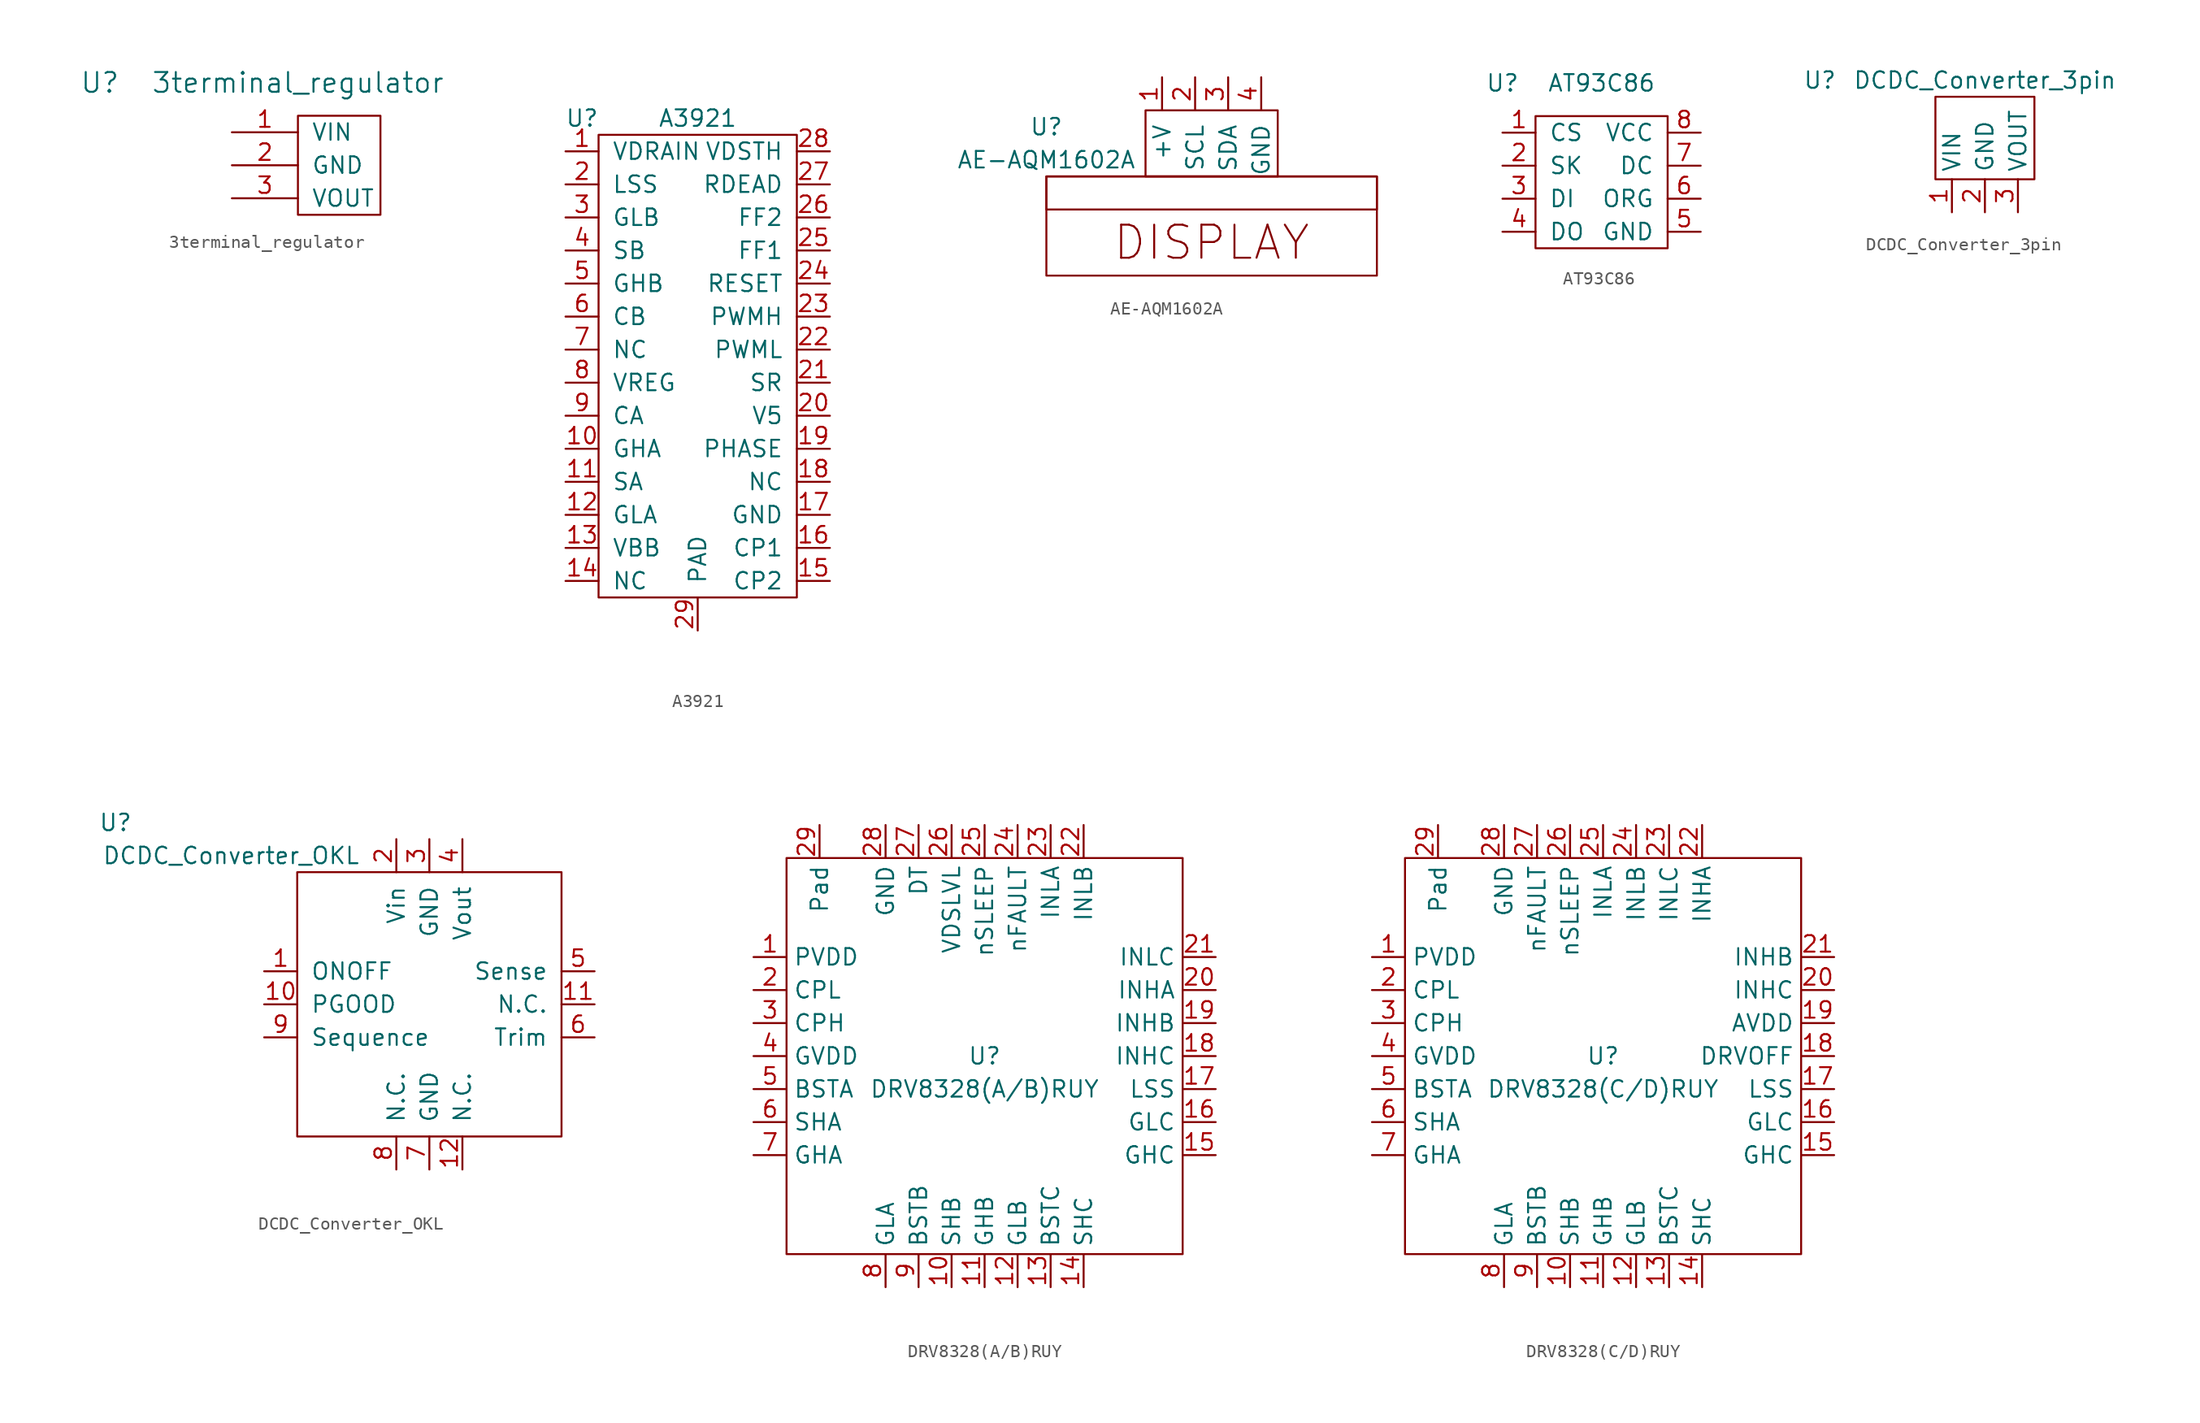
<source format=kicad_sym>
(kicad_symbol_lib
  (version 20220914)
  (generator kicad_symbol_editor)
  (symbol "3terminal_regulator"
    (pin_names
      (offset 1.016))
    (property "Reference" "U"
      (at -15.24 6.35 0)
      (effects (font (size 1.524 1.524))))
    (property "Value" "3terminal_regulator"
      (at 0 6.35 0)
      (effects (font (size 1.524 1.524))))
    (symbol "3terminal_regulator_0_1"
      (rectangle (start 0 3.81) (end 6.35 -3.81) (stroke (width 0) (type solid)) (fill (type none))))
    (symbol "3terminal_regulator_1_1"
      (pin passive line (at -5.08 2.54 0) (length 5.08) (name "VIN" (effects (font (size 1.27 1.27)))) (number "1" (effects (font (size 1.27 1.27)))))
      (pin passive line (at -5.08 0 0) (length 5.08) (name "GND" (effects (font (size 1.27 1.27)))) (number "2" (effects (font (size 1.27 1.27)))))
      (pin passive line (at -5.08 -2.54 0) (length 5.08) (name "VOUT" (effects (font (size 1.27 1.27)))) (number "3" (effects (font (size 1.27 1.27)))))))
  (symbol "A3921"
    (pin_names
      (offset 1.016))
    (property "Reference" "U"
      (at -8.89 19.05 0)
      (effects (font (size 1.27 1.27))))
    (property "Value" "A3921"
      (at 0 19.05 0)
      (effects (font (size 1.27 1.27))))
    (symbol "A3921_0_1"
      (rectangle (start -7.62 17.78) (end 7.62 -17.78) (stroke (width 0) (type solid)) (fill (type none))))
    (symbol "A3921_1_1"
      (pin passive line (at -10.16 16.51 0) (length 2.54) (name "VDRAIN" (effects (font (size 1.27 1.27)))) (number "1" (effects (font (size 1.27 1.27)))))
      (pin passive line (at -10.16 -6.35 0) (length 2.54) (name "GHA" (effects (font (size 1.27 1.27)))) (number "10" (effects (font (size 1.27 1.27)))))
      (pin passive line (at -10.16 -8.89 0) (length 2.54) (name "SA" (effects (font (size 1.27 1.27)))) (number "11" (effects (font (size 1.27 1.27)))))
      (pin passive line (at -10.16 -11.43 0) (length 2.54) (name "GLA" (effects (font (size 1.27 1.27)))) (number "12" (effects (font (size 1.27 1.27)))))
      (pin passive line (at -10.16 -13.97 0) (length 2.54) (name "VBB" (effects (font (size 1.27 1.27)))) (number "13" (effects (font (size 1.27 1.27)))))
      (pin passive line (at -10.16 -16.51 0) (length 2.54) (name "NC" (effects (font (size 1.27 1.27)))) (number "14" (effects (font (size 1.27 1.27)))))
      (pin passive line (at 10.16 -16.51 180) (length 2.54) (name "CP2" (effects (font (size 1.27 1.27)))) (number "15" (effects (font (size 1.27 1.27)))))
      (pin passive line (at 10.16 -13.97 180) (length 2.54) (name "CP1" (effects (font (size 1.27 1.27)))) (number "16" (effects (font (size 1.27 1.27)))))
      (pin passive line (at 10.16 -11.43 180) (length 2.54) (name "GND" (effects (font (size 1.27 1.27)))) (number "17" (effects (font (size 1.27 1.27)))))
      (pin passive line (at 10.16 -8.89 180) (length 2.54) (name "NC" (effects (font (size 1.27 1.27)))) (number "18" (effects (font (size 1.27 1.27)))))
      (pin passive line (at 10.16 -6.35 180) (length 2.54) (name "PHASE" (effects (font (size 1.27 1.27)))) (number "19" (effects (font (size 1.27 1.27)))))
      (pin passive line (at -10.16 13.97 0) (length 2.54) (name "LSS" (effects (font (size 1.27 1.27)))) (number "2" (effects (font (size 1.27 1.27)))))
      (pin passive line (at 10.16 -3.81 180) (length 2.54) (name "V5" (effects (font (size 1.27 1.27)))) (number "20" (effects (font (size 1.27 1.27)))))
      (pin passive line (at 10.16 -1.27 180) (length 2.54) (name "SR" (effects (font (size 1.27 1.27)))) (number "21" (effects (font (size 1.27 1.27)))))
      (pin passive line (at 10.16 1.27 180) (length 2.54) (name "PWML" (effects (font (size 1.27 1.27)))) (number "22" (effects (font (size 1.27 1.27)))))
      (pin passive line (at 10.16 3.81 180) (length 2.54) (name "PWMH" (effects (font (size 1.27 1.27)))) (number "23" (effects (font (size 1.27 1.27)))))
      (pin passive line (at 10.16 6.35 180) (length 2.54) (name "RESET" (effects (font (size 1.27 1.27)))) (number "24" (effects (font (size 1.27 1.27)))))
      (pin passive line (at 10.16 8.89 180) (length 2.54) (name "FF1" (effects (font (size 1.27 1.27)))) (number "25" (effects (font (size 1.27 1.27)))))
      (pin passive line (at 10.16 11.43 180) (length 2.54) (name "FF2" (effects (font (size 1.27 1.27)))) (number "26" (effects (font (size 1.27 1.27)))))
      (pin passive line (at 10.16 13.97 180) (length 2.54) (name "RDEAD" (effects (font (size 1.27 1.27)))) (number "27" (effects (font (size 1.27 1.27)))))
      (pin passive line (at 10.16 16.51 180) (length 2.54) (name "VDSTH" (effects (font (size 1.27 1.27)))) (number "28" (effects (font (size 1.27 1.27)))))
      (pin passive line (at 0 -20.32 90) (length 2.54) (name "PAD" (effects (font (size 1.27 1.27)))) (number "29" (effects (font (size 1.27 1.27)))))
      (pin passive line (at -10.16 11.43 0) (length 2.54) (name "GLB" (effects (font (size 1.27 1.27)))) (number "3" (effects (font (size 1.27 1.27)))))
      (pin passive line (at -10.16 8.89 0) (length 2.54) (name "SB" (effects (font (size 1.27 1.27)))) (number "4" (effects (font (size 1.27 1.27)))))
      (pin passive line (at -10.16 6.35 0) (length 2.54) (name "GHB" (effects (font (size 1.27 1.27)))) (number "5" (effects (font (size 1.27 1.27)))))
      (pin passive line (at -10.16 3.81 0) (length 2.54) (name "CB" (effects (font (size 1.27 1.27)))) (number "6" (effects (font (size 1.27 1.27)))))
      (pin passive line (at -10.16 1.27 0) (length 2.54) (name "NC" (effects (font (size 1.27 1.27)))) (number "7" (effects (font (size 1.27 1.27)))))
      (pin passive line (at -10.16 -1.27 0) (length 2.54) (name "VREG" (effects (font (size 1.27 1.27)))) (number "8" (effects (font (size 1.27 1.27)))))
      (pin passive line (at -10.16 -3.81 0) (length 2.54) (name "CA" (effects (font (size 1.27 1.27)))) (number "9" (effects (font (size 1.27 1.27)))))))
  (symbol "AE-AQM1602A"
    (pin_names
      (offset 1.016))
    (property "Reference" "U"
      (at -12.7 -3.81 0)
      (effects (font (size 1.27 1.27))))
    (property "Value" "AE-AQM1602A"
      (at -12.7 -6.35 0)
      (effects (font (size 1.27 1.27))))
    (symbol "AE-AQM1602A_0_0"
      (rectangle (start -12.7 -7.62) (end 12.7 -10.16) (stroke (width 0) (type solid)) (fill (type none)))
      (text "DISPLAY" (at 0 -12.7 0) (effects (font (size 2.54 2.54)))))
    (symbol "AE-AQM1602A_0_1"
      (rectangle (start -12.7 -7.62) (end 12.7 -15.24) (stroke (width 0) (type solid)) (fill (type none)))
      (rectangle (start -5.08 -2.54) (end 5.08 -7.62) (stroke (width 0) (type solid)) (fill (type none))))
    (symbol "AE-AQM1602A_1_1"
      (pin passive line (at -3.81 0 270) (length 2.54) (name "+V" (effects (font (size 1.27 1.27)))) (number "1" (effects (font (size 1.27 1.27)))))
      (pin passive line (at -1.27 0 270) (length 2.54) (name "SCL" (effects (font (size 1.27 1.27)))) (number "2" (effects (font (size 1.27 1.27)))))
      (pin passive line (at 1.27 0 270) (length 2.54) (name "SDA" (effects (font (size 1.27 1.27)))) (number "3" (effects (font (size 1.27 1.27)))))
      (pin passive line (at 3.81 0 270) (length 2.54) (name "GND" (effects (font (size 1.27 1.27)))) (number "4" (effects (font (size 1.27 1.27)))))))
  (symbol "AT93C86"
    (pin_names
      (offset 1.016))
    (property "Reference" "U"
      (at -7.62 7.62 0)
      (effects (font (size 1.27 1.27))))
    (property "Value" "AT93C86"
      (at 0 7.62 0)
      (effects (font (size 1.27 1.27))))
    (symbol "AT93C86_0_1"
      (rectangle (start -5.08 5.08) (end 5.08 -5.08) (stroke (width 0) (type solid)) (fill (type none))))
    (symbol "AT93C86_1_1"
      (pin passive line (at -7.62 3.81 0) (length 2.54) (name "CS" (effects (font (size 1.27 1.27)))) (number "1" (effects (font (size 1.27 1.27)))))
      (pin passive line (at -7.62 1.27 0) (length 2.54) (name "SK" (effects (font (size 1.27 1.27)))) (number "2" (effects (font (size 1.27 1.27)))))
      (pin passive line (at -7.62 -1.27 0) (length 2.54) (name "DI" (effects (font (size 1.27 1.27)))) (number "3" (effects (font (size 1.27 1.27)))))
      (pin passive line (at -7.62 -3.81 0) (length 2.54) (name "DO" (effects (font (size 1.27 1.27)))) (number "4" (effects (font (size 1.27 1.27)))))
      (pin passive line (at 7.62 -3.81 180) (length 2.54) (name "GND" (effects (font (size 1.27 1.27)))) (number "5" (effects (font (size 1.27 1.27)))))
      (pin passive line (at 7.62 -1.27 180) (length 2.54) (name "ORG" (effects (font (size 1.27 1.27)))) (number "6" (effects (font (size 1.27 1.27)))))
      (pin passive line (at 7.62 1.27 180) (length 2.54) (name "DC" (effects (font (size 1.27 1.27)))) (number "7" (effects (font (size 1.27 1.27)))))
      (pin passive line (at 7.62 3.81 180) (length 2.54) (name "VCC" (effects (font (size 1.27 1.27)))) (number "8" (effects (font (size 1.27 1.27)))))))
  (symbol "DCDC_Converter_3pin"
    (property "Reference" "U"
      (at -12.7 7.62 0)
      (effects (font (size 1.27 1.27))))
    (property "Value" "DCDC_Converter_3pin"
      (at 0 7.62 0)
      (effects (font (size 1.27 1.27))))
    (symbol "DCDC_Converter_3pin_0_1"
      (rectangle (start -3.81 6.35) (end 3.81 0) (stroke (width 0) (type default)) (fill (type none))))
    (symbol "DCDC_Converter_3pin_1_1"
      (pin power_in line (at -2.54 -2.54 90) (length 2.54) (name "VIN" (effects (font (size 1.27 1.27)))) (number "1" (effects (font (size 1.27 1.27)))))
      (pin power_in line (at 0 -2.54 90) (length 2.54) (name "GND" (effects (font (size 1.27 1.27)))) (number "2" (effects (font (size 1.27 1.27)))))
      (pin power_out line (at 2.54 -2.54 90) (length 2.54) (name "VOUT" (effects (font (size 1.27 1.27)))) (number "3" (effects (font (size 1.27 1.27)))))))
  (symbol "DCDC_Converter_OKL"
    (pin_names
      (offset 1.016))
    (property "Reference" "U"
      (at -24.13 13.97 0)
      (effects (font (size 1.27 1.27))))
    (property "Value" "DCDC_Converter_OKL"
      (at -15.24 11.43 0)
      (effects (font (size 1.27 1.27))))
    (symbol "DCDC_Converter_OKL_0_1"
      (rectangle (start -10.16 10.16) (end 10.16 -10.16) (stroke (width 0) (type solid)) (fill (type none))))
    (symbol "DCDC_Converter_OKL_1_1"
      (pin passive line (at -12.7 2.54 0) (length 2.54) (name "ONOFF" (effects (font (size 1.27 1.27)))) (number "1" (effects (font (size 1.27 1.27)))))
      (pin passive line (at -12.7 0 0) (length 2.54) (name "PGOOD" (effects (font (size 1.27 1.27)))) (number "10" (effects (font (size 1.27 1.27)))))
      (pin passive line (at 12.7 0 180) (length 2.54) (name "N.C." (effects (font (size 1.27 1.27)))) (number "11" (effects (font (size 1.27 1.27)))))
      (pin passive line (at 2.54 -12.7 90) (length 2.54) (name "N.C." (effects (font (size 1.27 1.27)))) (number "12" (effects (font (size 1.27 1.27)))))
      (pin passive line (at -2.54 12.7 270) (length 2.54) (name "Vin" (effects (font (size 1.27 1.27)))) (number "2" (effects (font (size 1.27 1.27)))))
      (pin passive line (at 0 12.7 270) (length 2.54) (name "GND" (effects (font (size 1.27 1.27)))) (number "3" (effects (font (size 1.27 1.27)))))
      (pin passive line (at 2.54 12.7 270) (length 2.54) (name "Vout" (effects (font (size 1.27 1.27)))) (number "4" (effects (font (size 1.27 1.27)))))
      (pin passive line (at 12.7 2.54 180) (length 2.54) (name "Sense" (effects (font (size 1.27 1.27)))) (number "5" (effects (font (size 1.27 1.27)))))
      (pin passive line (at 12.7 -2.54 180) (length 2.54) (name "Trim" (effects (font (size 1.27 1.27)))) (number "6" (effects (font (size 1.27 1.27)))))
      (pin passive line (at 0 -12.7 90) (length 2.54) (name "GND" (effects (font (size 1.27 1.27)))) (number "7" (effects (font (size 1.27 1.27)))))
      (pin passive line (at -2.54 -12.7 90) (length 2.54) (name "N.C." (effects (font (size 1.27 1.27)))) (number "8" (effects (font (size 1.27 1.27)))))
      (pin passive line (at -12.7 -2.54 0) (length 2.54) (name "Sequence" (effects (font (size 1.27 1.27)))) (number "9" (effects (font (size 1.27 1.27)))))))
  (symbol "DRV8328(A/B)RUY"
    (property "Reference" "U"
      (at 0 0 0)
      (effects (font (size 1.27 1.27))))
    (property "Value" "DRV8328(A/B)RUY"
      (at 0 -2.54 0)
      (effects (font (size 1.27 1.27))))
    (symbol "DRV8328(A/B)RUY_0_1"
      (rectangle (start -15.24 15.24) (end 15.24 -15.24) (stroke (width 0) (type default)) (fill (type none))))
    (symbol "DRV8328(A/B)RUY_1_1"
      (pin passive line (at -17.78 7.62 0) (length 2.54) (name "PVDD" (effects (font (size 1.27 1.27)))) (number "1" (effects (font (size 1.27 1.27)))))
      (pin passive line (at -2.54 -17.78 90) (length 2.54) (name "SHB" (effects (font (size 1.27 1.27)))) (number "10" (effects (font (size 1.27 1.27)))))
      (pin passive line (at 0 -17.78 90) (length 2.54) (name "GHB" (effects (font (size 1.27 1.27)))) (number "11" (effects (font (size 1.27 1.27)))))
      (pin passive line (at 2.54 -17.78 90) (length 2.54) (name "GLB" (effects (font (size 1.27 1.27)))) (number "12" (effects (font (size 1.27 1.27)))))
      (pin passive line (at 5.08 -17.78 90) (length 2.54) (name "BSTC" (effects (font (size 1.27 1.27)))) (number "13" (effects (font (size 1.27 1.27)))))
      (pin passive line (at 7.62 -17.78 90) (length 2.54) (name "SHC" (effects (font (size 1.27 1.27)))) (number "14" (effects (font (size 1.27 1.27)))))
      (pin passive line (at 17.78 -7.62 180) (length 2.54) (name "GHC" (effects (font (size 1.27 1.27)))) (number "15" (effects (font (size 1.27 1.27)))))
      (pin passive line (at 17.78 -5.08 180) (length 2.54) (name "GLC" (effects (font (size 1.27 1.27)))) (number "16" (effects (font (size 1.27 1.27)))))
      (pin passive line (at 17.78 -2.54 180) (length 2.54) (name "LSS" (effects (font (size 1.27 1.27)))) (number "17" (effects (font (size 1.27 1.27)))))
      (pin passive line (at 17.78 0 180) (length 2.54) (name "INHC" (effects (font (size 1.27 1.27)))) (number "18" (effects (font (size 1.27 1.27)))))
      (pin passive line (at 17.78 2.54 180) (length 2.54) (name "INHB" (effects (font (size 1.27 1.27)))) (number "19" (effects (font (size 1.27 1.27)))))
      (pin passive line (at -17.78 5.08 0) (length 2.54) (name "CPL" (effects (font (size 1.27 1.27)))) (number "2" (effects (font (size 1.27 1.27)))))
      (pin passive line (at 17.78 5.08 180) (length 2.54) (name "INHA" (effects (font (size 1.27 1.27)))) (number "20" (effects (font (size 1.27 1.27)))))
      (pin passive line (at 17.78 7.62 180) (length 2.54) (name "INLC" (effects (font (size 1.27 1.27)))) (number "21" (effects (font (size 1.27 1.27)))))
      (pin passive line (at 7.62 17.78 270) (length 2.54) (name "INLB" (effects (font (size 1.27 1.27)))) (number "22" (effects (font (size 1.27 1.27)))))
      (pin passive line (at 5.08 17.78 270) (length 2.54) (name "INLA" (effects (font (size 1.27 1.27)))) (number "23" (effects (font (size 1.27 1.27)))))
      (pin passive line (at 2.54 17.78 270) (length 2.54) (name "nFAULT" (effects (font (size 1.27 1.27)))) (number "24" (effects (font (size 1.27 1.27)))))
      (pin passive line (at 0 17.78 270) (length 2.54) (name "nSLEEP" (effects (font (size 1.27 1.27)))) (number "25" (effects (font (size 1.27 1.27)))))
      (pin passive line (at -2.54 17.78 270) (length 2.54) (name "VDSLVL" (effects (font (size 1.27 1.27)))) (number "26" (effects (font (size 1.27 1.27)))))
      (pin passive line (at -5.08 17.78 270) (length 2.54) (name "DT" (effects (font (size 1.27 1.27)))) (number "27" (effects (font (size 1.27 1.27)))))
      (pin passive line (at -7.62 17.78 270) (length 2.54) (name "GND" (effects (font (size 1.27 1.27)))) (number "28" (effects (font (size 1.27 1.27)))))
      (pin passive line (at -12.7 17.78 270) (length 2.54) (name "Pad" (effects (font (size 1.27 1.27)))) (number "29" (effects (font (size 1.27 1.27)))))
      (pin passive line (at -17.78 2.54 0) (length 2.54) (name "CPH" (effects (font (size 1.27 1.27)))) (number "3" (effects (font (size 1.27 1.27)))))
      (pin passive line (at -17.78 0 0) (length 2.54) (name "GVDD" (effects (font (size 1.27 1.27)))) (number "4" (effects (font (size 1.27 1.27)))))
      (pin passive line (at -17.78 -2.54 0) (length 2.54) (name "BSTA" (effects (font (size 1.27 1.27)))) (number "5" (effects (font (size 1.27 1.27)))))
      (pin passive line (at -17.78 -5.08 0) (length 2.54) (name "SHA" (effects (font (size 1.27 1.27)))) (number "6" (effects (font (size 1.27 1.27)))))
      (pin passive line (at -17.78 -7.62 0) (length 2.54) (name "GHA" (effects (font (size 1.27 1.27)))) (number "7" (effects (font (size 1.27 1.27)))))
      (pin passive line (at -7.62 -17.78 90) (length 2.54) (name "GLA" (effects (font (size 1.27 1.27)))) (number "8" (effects (font (size 1.27 1.27)))))
      (pin passive line (at -5.08 -17.78 90) (length 2.54) (name "BSTB" (effects (font (size 1.27 1.27)))) (number "9" (effects (font (size 1.27 1.27)))))))
  (symbol "DRV8328(C/D)RUY"
    (property "Reference" "U"
      (at 0 0 0)
      (effects (font (size 1.27 1.27))))
    (property "Value" "DRV8328(C/D)RUY"
      (at 0 -2.54 0)
      (effects (font (size 1.27 1.27))))
    (symbol "DRV8328(C/D)RUY_0_1"
      (rectangle (start -15.24 15.24) (end 15.24 -15.24) (stroke (width 0) (type default)) (fill (type none))))
    (symbol "DRV8328(C/D)RUY_1_1"
      (pin passive line (at -17.78 7.62 0) (length 2.54) (name "PVDD" (effects (font (size 1.27 1.27)))) (number "1" (effects (font (size 1.27 1.27)))))
      (pin passive line (at -2.54 -17.78 90) (length 2.54) (name "SHB" (effects (font (size 1.27 1.27)))) (number "10" (effects (font (size 1.27 1.27)))))
      (pin passive line (at 0 -17.78 90) (length 2.54) (name "GHB" (effects (font (size 1.27 1.27)))) (number "11" (effects (font (size 1.27 1.27)))))
      (pin passive line (at 2.54 -17.78 90) (length 2.54) (name "GLB" (effects (font (size 1.27 1.27)))) (number "12" (effects (font (size 1.27 1.27)))))
      (pin passive line (at 5.08 -17.78 90) (length 2.54) (name "BSTC" (effects (font (size 1.27 1.27)))) (number "13" (effects (font (size 1.27 1.27)))))
      (pin passive line (at 7.62 -17.78 90) (length 2.54) (name "SHC" (effects (font (size 1.27 1.27)))) (number "14" (effects (font (size 1.27 1.27)))))
      (pin passive line (at 17.78 -7.62 180) (length 2.54) (name "GHC" (effects (font (size 1.27 1.27)))) (number "15" (effects (font (size 1.27 1.27)))))
      (pin passive line (at 17.78 -5.08 180) (length 2.54) (name "GLC" (effects (font (size 1.27 1.27)))) (number "16" (effects (font (size 1.27 1.27)))))
      (pin passive line (at 17.78 -2.54 180) (length 2.54) (name "LSS" (effects (font (size 1.27 1.27)))) (number "17" (effects (font (size 1.27 1.27)))))
      (pin passive line (at 17.78 0 180) (length 2.54) (name "DRVOFF" (effects (font (size 1.27 1.27)))) (number "18" (effects (font (size 1.27 1.27)))))
      (pin passive line (at 17.78 2.54 180) (length 2.54) (name "AVDD" (effects (font (size 1.27 1.27)))) (number "19" (effects (font (size 1.27 1.27)))))
      (pin passive line (at -17.78 5.08 0) (length 2.54) (name "CPL" (effects (font (size 1.27 1.27)))) (number "2" (effects (font (size 1.27 1.27)))))
      (pin passive line (at 17.78 5.08 180) (length 2.54) (name "INHC" (effects (font (size 1.27 1.27)))) (number "20" (effects (font (size 1.27 1.27)))))
      (pin passive line (at 17.78 7.62 180) (length 2.54) (name "INHB" (effects (font (size 1.27 1.27)))) (number "21" (effects (font (size 1.27 1.27)))))
      (pin passive line (at 7.62 17.78 270) (length 2.54) (name "INHA" (effects (font (size 1.27 1.27)))) (number "22" (effects (font (size 1.27 1.27)))))
      (pin passive line (at 5.08 17.78 270) (length 2.54) (name "INLC" (effects (font (size 1.27 1.27)))) (number "23" (effects (font (size 1.27 1.27)))))
      (pin passive line (at 2.54 17.78 270) (length 2.54) (name "INLB" (effects (font (size 1.27 1.27)))) (number "24" (effects (font (size 1.27 1.27)))))
      (pin passive line (at 0 17.78 270) (length 2.54) (name "INLA" (effects (font (size 1.27 1.27)))) (number "25" (effects (font (size 1.27 1.27)))))
      (pin passive line (at -2.54 17.78 270) (length 2.54) (name "nSLEEP" (effects (font (size 1.27 1.27)))) (number "26" (effects (font (size 1.27 1.27)))))
      (pin passive line (at -5.08 17.78 270) (length 2.54) (name "nFAULT" (effects (font (size 1.27 1.27)))) (number "27" (effects (font (size 1.27 1.27)))))
      (pin passive line (at -7.62 17.78 270) (length 2.54) (name "GND" (effects (font (size 1.27 1.27)))) (number "28" (effects (font (size 1.27 1.27)))))
      (pin passive line (at -12.7 17.78 270) (length 2.54) (name "Pad" (effects (font (size 1.27 1.27)))) (number "29" (effects (font (size 1.27 1.27)))))
      (pin passive line (at -17.78 2.54 0) (length 2.54) (name "CPH" (effects (font (size 1.27 1.27)))) (number "3" (effects (font (size 1.27 1.27)))))
      (pin passive line (at -17.78 0 0) (length 2.54) (name "GVDD" (effects (font (size 1.27 1.27)))) (number "4" (effects (font (size 1.27 1.27)))))
      (pin passive line (at -17.78 -2.54 0) (length 2.54) (name "BSTA" (effects (font (size 1.27 1.27)))) (number "5" (effects (font (size 1.27 1.27)))))
      (pin passive line (at -17.78 -5.08 0) (length 2.54) (name "SHA" (effects (font (size 1.27 1.27)))) (number "6" (effects (font (size 1.27 1.27)))))
      (pin passive line (at -17.78 -7.62 0) (length 2.54) (name "GHA" (effects (font (size 1.27 1.27)))) (number "7" (effects (font (size 1.27 1.27)))))
      (pin passive line (at -7.62 -17.78 90) (length 2.54) (name "GLA" (effects (font (size 1.27 1.27)))) (number "8" (effects (font (size 1.27 1.27)))))
      (pin passive line (at -5.08 -17.78 90) (length 2.54) (name "BSTB" (effects (font (size 1.27 1.27)))) (number "9" (effects (font (size 1.27 1.27))))))))
</source>
